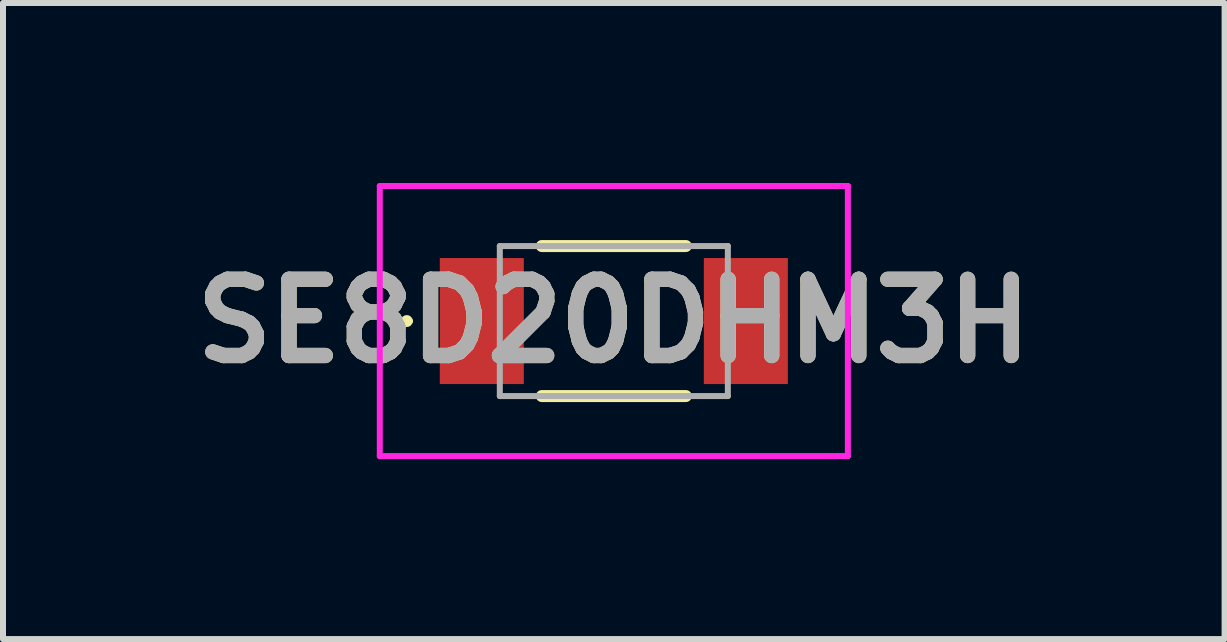
<source format=kicad_pcb>
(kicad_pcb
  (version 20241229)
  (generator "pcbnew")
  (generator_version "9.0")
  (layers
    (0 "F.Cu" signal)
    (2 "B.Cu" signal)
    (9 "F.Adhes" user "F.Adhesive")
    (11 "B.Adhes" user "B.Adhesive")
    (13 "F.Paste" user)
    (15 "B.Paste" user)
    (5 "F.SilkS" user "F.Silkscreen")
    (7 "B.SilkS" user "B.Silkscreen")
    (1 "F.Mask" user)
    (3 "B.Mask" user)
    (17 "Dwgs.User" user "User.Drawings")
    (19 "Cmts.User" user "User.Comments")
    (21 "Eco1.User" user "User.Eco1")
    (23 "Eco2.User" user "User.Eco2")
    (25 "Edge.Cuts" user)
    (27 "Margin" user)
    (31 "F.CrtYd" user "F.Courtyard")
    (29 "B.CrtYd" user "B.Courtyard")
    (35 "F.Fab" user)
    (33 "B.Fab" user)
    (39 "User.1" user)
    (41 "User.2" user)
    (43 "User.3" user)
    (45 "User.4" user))
  (footprint "SE8D20DHM3H"
    (layer "F.Cu")
    (at 7.179 2.3)
    (property "Reference" "SE8D20DHM3H" (at 0 0 0) (layer "F.SilkS") (effects (font (size 1.27 1.27) (thickness 0.254))))
    (attr smd)
    (fp_line (start -3.5 0) (end -3.5 0) (stroke (width 0.1) (type solid)) (layer "F.SilkS"))
    (fp_line (start -3.4 0) (end -3.4 0) (stroke (width 0.1) (type solid)) (layer "F.SilkS"))
    (fp_line (start -1.2 -1.25) (end 1.2 -1.25) (stroke (width 0.2) (type solid)) (layer "F.SilkS"))
    (fp_line (start -1.2 1.25) (end 1.2 1.25) (stroke (width 0.2) (type solid)) (layer "F.SilkS"))
    (fp_arc (start -3.5 0) (mid -3.45 -0.05) (end -3.4 0) (stroke (width 0.1) (type solid)) (layer "F.SilkS"))
    (fp_arc (start -3.4 0) (mid -3.45 0.05) (end -3.5 0) (stroke (width 0.1) (type solid)) (layer "F.SilkS"))
    (fp_line (start -3.9 -2.25) (end 3.9 -2.25) (stroke (width 0.1) (type solid)) (layer "F.CrtYd"))
    (fp_line (start -3.9 2.25) (end -3.9 -2.25) (stroke (width 0.1) (type solid)) (layer "F.CrtYd"))
    (fp_line (start 3.9 -2.25) (end 3.9 2.25) (stroke (width 0.1) (type solid)) (layer "F.CrtYd"))
    (fp_line (start 3.9 2.25) (end -3.9 2.25) (stroke (width 0.1) (type solid)) (layer "F.CrtYd"))
    (fp_line (start -1.9 -1.25) (end 1.9 -1.25) (stroke (width 0.1) (type solid)) (layer "F.Fab"))
    (fp_line (start -1.9 1.25) (end -1.9 -1.25) (stroke (width 0.1) (type solid)) (layer "F.Fab"))
    (fp_line (start 1.9 -1.25) (end 1.9 1.25) (stroke (width 0.1) (type solid)) (layer "F.Fab"))
    (fp_line (start 1.9 1.25) (end -1.9 1.25) (stroke (width 0.1) (type solid)) (layer "F.Fab"))
    (fp_text user "${REFERENCE}" (at 0 0 0) (layer "F.Fab") (effects (font (size 1.27 1.27) (thickness 0.254))))
    (pad "1" smd rect (at -2.2 0) (size 1.4 2.1) (layers "F.Cu" "F.Mask" "F.Paste"))
    (pad "2" smd rect (at 2.2 0) (size 1.4 2.1) (layers "F.Cu" "F.Mask" "F.Paste")))
  (gr_rect
    (start -3 -3)
    (end 17.357 7.6)
    (stroke (width 0.1) (type default))
    (fill no)
    (layer "Edge.Cuts")))
</source>
